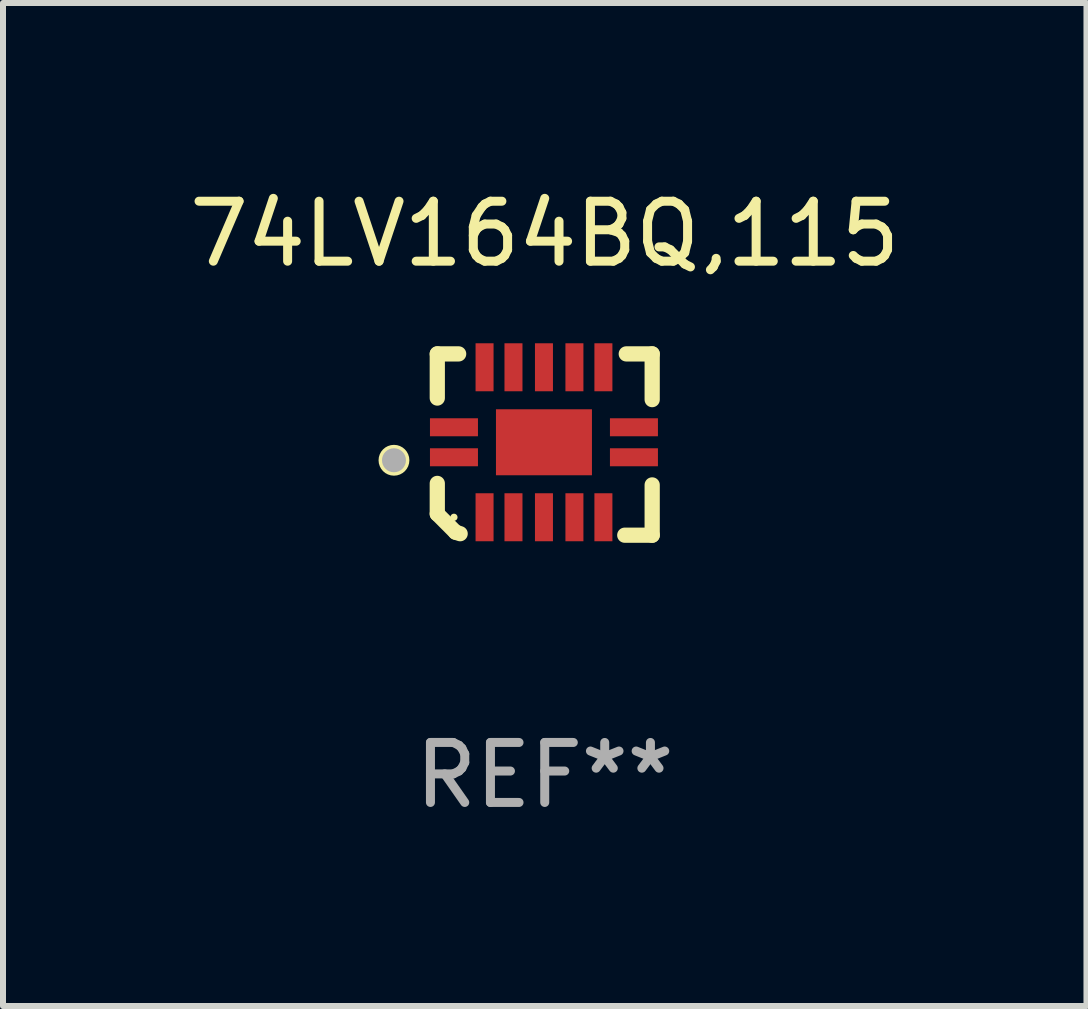
<source format=kicad_pcb>
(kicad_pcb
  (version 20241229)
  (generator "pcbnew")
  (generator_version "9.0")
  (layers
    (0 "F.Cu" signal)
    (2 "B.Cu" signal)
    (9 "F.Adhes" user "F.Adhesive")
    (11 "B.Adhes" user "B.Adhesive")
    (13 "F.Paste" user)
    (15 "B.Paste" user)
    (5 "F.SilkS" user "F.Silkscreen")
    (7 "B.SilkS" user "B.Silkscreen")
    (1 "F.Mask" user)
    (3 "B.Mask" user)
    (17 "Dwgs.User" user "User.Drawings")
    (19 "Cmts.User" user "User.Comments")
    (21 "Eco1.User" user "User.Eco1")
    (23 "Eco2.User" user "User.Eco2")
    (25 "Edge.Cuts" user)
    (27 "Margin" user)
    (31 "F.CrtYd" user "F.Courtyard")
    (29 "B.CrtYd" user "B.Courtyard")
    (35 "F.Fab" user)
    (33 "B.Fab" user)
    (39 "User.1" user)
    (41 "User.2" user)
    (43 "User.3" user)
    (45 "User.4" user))
  (footprint "74LV164BQ,115"
    (layer "F.Cu")
    (at 6.03 4.36)
    (property "Reference" "74LV164BQ,115" (at 0 -3.511 0) (layer "F.SilkS") (effects (font (size 1 1) (thickness 0.15))))
    (attr through_hole)
    (fp_line (start -1.791 -1.511) (end -1.435 -1.511) (stroke (width 0.254) (type solid)) (layer "F.SilkS"))
    (fp_line (start -1.791 -0.775) (end -1.791 -1.511) (stroke (width 0.254) (type solid)) (layer "F.SilkS"))
    (fp_line (start -1.791 1.156) (end -1.791 0.648) (stroke (width 0.254) (type solid)) (layer "F.SilkS"))
    (fp_line (start -1.486 1.461) (end -1.791 1.156) (stroke (width 0.254) (type solid)) (layer "F.SilkS"))
    (fp_line (start -1.41 1.486) (end -1.486 1.461) (stroke (width 0.254) (type solid)) (layer "F.SilkS"))
    (fp_line (start 1.334 1.511) (end 1.791 1.511) (stroke (width 0.254) (type solid)) (layer "F.SilkS"))
    (fp_line (start 1.791 -1.511) (end 1.359 -1.511) (stroke (width 0.254) (type solid)) (layer "F.SilkS"))
    (fp_line (start 1.791 -0.749) (end 1.791 -1.511) (stroke (width 0.254) (type solid)) (layer "F.SilkS"))
    (fp_line (start 1.791 1.511) (end 1.791 0.673) (stroke (width 0.254) (type solid)) (layer "F.SilkS"))
    (fp_circle (center -2.513 0.262) (end -2.383 0.262) (stroke (width 0.254) (type solid)) (fill no) (layer "F.SilkS"))
    (fp_circle (center -1.513 1.212) (end -1.483 1.212) (stroke (width 0.06) (type solid)) (fill no) (layer "F.SilkS"))
    (fp_circle (center -2.513 0.262) (end -2.413 0.262) (stroke (width 0.2) (type solid)) (fill no) (layer "F.Fab"))
    (fp_text user "REF**" (at 0 5.511 0) (layer "F.Fab") (effects (font (size 1 1) (thickness 0.15))))
    (pad "1" smd rect (at -1.513 0.212) (size 0.8 0.3) (layers "F.Cu" "F.Mask" "F.Paste"))
    (pad "2" smd rect (at -1.003 1.212) (size 0.3 0.8) (layers "F.Cu" "F.Mask" "F.Paste"))
    (pad "3" smd rect (at -0.521 1.212) (size 0.3 0.8) (layers "F.Cu" "F.Mask" "F.Paste"))
    (pad "4" smd rect (at -0.013 1.212) (size 0.3 0.8) (layers "F.Cu" "F.Mask" "F.Paste"))
    (pad "5" smd rect (at 0.495 1.212) (size 0.3 0.8) (layers "F.Cu" "F.Mask" "F.Paste"))
    (pad "6" smd rect (at 0.978 1.212) (size 0.3 0.8) (layers "F.Cu" "F.Mask" "F.Paste"))
    (pad "7" smd rect (at 1.487 0.212) (size 0.8 0.3) (layers "F.Cu" "F.Mask" "F.Paste"))
    (pad "8" smd rect (at 1.487 -0.288) (size 0.8 0.3) (layers "F.Cu" "F.Mask" "F.Paste"))
    (pad "9" smd rect (at 0.978 -1.288) (size 0.3 0.8) (layers "F.Cu" "F.Mask" "F.Paste"))
    (pad "10" smd rect (at 0.495 -1.288) (size 0.3 0.8) (layers "F.Cu" "F.Mask" "F.Paste"))
    (pad "11" smd rect (at -0.013 -1.288) (size 0.3 0.8) (layers "F.Cu" "F.Mask" "F.Paste"))
    (pad "12" smd rect (at -0.521 -1.288) (size 0.3 0.8) (layers "F.Cu" "F.Mask" "F.Paste"))
    (pad "13" smd rect (at -1.003 -1.288) (size 0.3 0.8) (layers "F.Cu" "F.Mask" "F.Paste"))
    (pad "14" smd rect (at -1.513 -0.288) (size 0.8 0.3) (layers "F.Cu" "F.Mask" "F.Paste"))
    (pad "15" smd rect (at -0.013 -0.038 90) (size 1.1 1.6) (layers "F.Cu" "F.Mask" "F.Paste")))
  (gr_rect
    (start -3 -3)
    (end 15.06 13.719)
    (stroke (width 0.1) (type default))
    (fill no)
    (layer "Edge.Cuts")))
</source>
